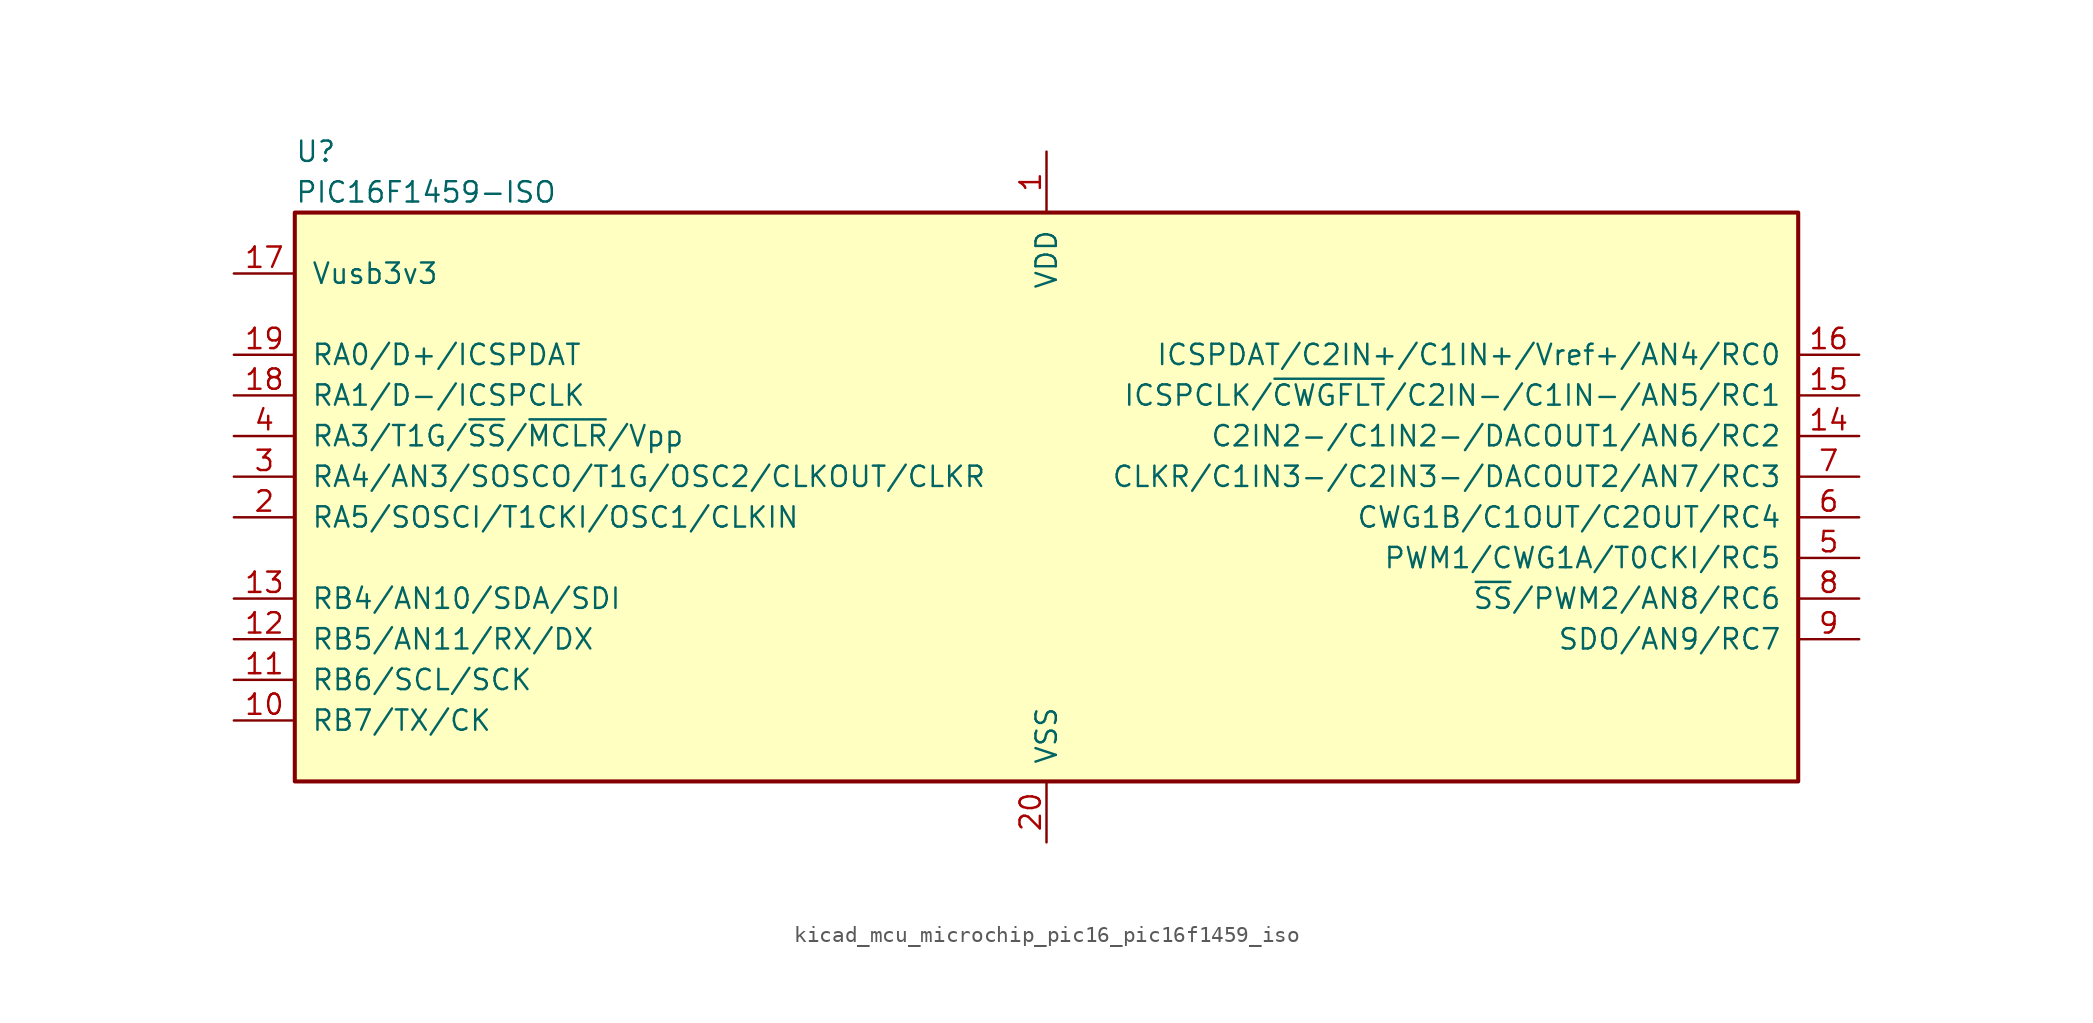
<source format=kicad_sym>
(kicad_symbol_lib
  (version 20220914)
  (generator kicad_symbol_editor)
  (symbol "kicad_mcu_microchip_pic16_pic16f1459_iso"
    (pin_names
      (offset 1.016))
    (property "Reference" "U"
      (at -46.99 17.78 0)
      (effects (font (size 1.27 1.27)) (justify left)))
    (property "Value" "PIC16F1459-ISO"
      (at -46.99 15.24 0)
      (effects (font (size 1.27 1.27)) (justify left)))
    (symbol "kicad_mcu_microchip_pic16_pic16f1459_iso_0_1"
      (rectangle (start -46.99 13.97) (end 46.99 -21.59) (stroke (width 0.254) (type default)) (fill (type background))))
    (symbol "kicad_mcu_microchip_pic16_pic16f1459_iso_1_1"
      (pin power_in line (at 0 17.78 270) (length 3.81) (name "VDD" (effects (font (size 1.27 1.27)))) (number "1" (effects (font (size 1.27 1.27)))))
      (pin bidirectional line (at -50.8 -17.78 0) (length 3.81) (name "RB7/TX/CK" (effects (font (size 1.27 1.27)))) (number "10" (effects (font (size 1.27 1.27)))))
      (pin bidirectional line (at -50.8 -15.24 0) (length 3.81) (name "RB6/SCL/SCK" (effects (font (size 1.27 1.27)))) (number "11" (effects (font (size 1.27 1.27)))))
      (pin bidirectional line (at -50.8 -12.7 0) (length 3.81) (name "RB5/AN11/RX/DX" (effects (font (size 1.27 1.27)))) (number "12" (effects (font (size 1.27 1.27)))))
      (pin bidirectional line (at -50.8 -10.16 0) (length 3.81) (name "RB4/AN10/SDA/SDI" (effects (font (size 1.27 1.27)))) (number "13" (effects (font (size 1.27 1.27)))))
      (pin bidirectional line (at 50.8 0 180) (length 3.81) (name "C2IN2-/C1IN2-/DACOUT1/AN6/RC2" (effects (font (size 1.27 1.27)))) (number "14" (effects (font (size 1.27 1.27)))))
      (pin bidirectional line (at 50.8 2.54 180) (length 3.81) (name "ICSPCLK/~{CWGFLT}/C2IN-/C1IN-/AN5/RC1" (effects (font (size 1.27 1.27)))) (number "15" (effects (font (size 1.27 1.27)))))
      (pin bidirectional line (at 50.8 5.08 180) (length 3.81) (name "ICSPDAT/C2IN+/C1IN+/Vref+/AN4/RC0" (effects (font (size 1.27 1.27)))) (number "16" (effects (font (size 1.27 1.27)))))
      (pin bidirectional line (at -50.8 10.16 0) (length 3.81) (name "Vusb3v3" (effects (font (size 1.27 1.27)))) (number "17" (effects (font (size 1.27 1.27)))))
      (pin bidirectional line (at -50.8 2.54 0) (length 3.81) (name "RA1/D-/ICSPCLK" (effects (font (size 1.27 1.27)))) (number "18" (effects (font (size 1.27 1.27)))))
      (pin bidirectional line (at -50.8 5.08 0) (length 3.81) (name "RA0/D+/ICSPDAT" (effects (font (size 1.27 1.27)))) (number "19" (effects (font (size 1.27 1.27)))))
      (pin bidirectional line (at -50.8 -5.08 0) (length 3.81) (name "RA5/SOSCI/T1CKI/OSC1/CLKIN" (effects (font (size 1.27 1.27)))) (number "2" (effects (font (size 1.27 1.27)))))
      (pin power_in line (at 0 -25.4 90) (length 3.81) (name "VSS" (effects (font (size 1.27 1.27)))) (number "20" (effects (font (size 1.27 1.27)))))
      (pin bidirectional line (at -50.8 -2.54 0) (length 3.81) (name "RA4/AN3/SOSCO/T1G/OSC2/CLKOUT/CLKR" (effects (font (size 1.27 1.27)))) (number "3" (effects (font (size 1.27 1.27)))))
      (pin input line (at -50.8 0 0) (length 3.81) (name "RA3/T1G/~{SS}/~{MCLR}/Vpp" (effects (font (size 1.27 1.27)))) (number "4" (effects (font (size 1.27 1.27)))))
      (pin bidirectional line (at 50.8 -7.62 180) (length 3.81) (name "PWM1/CWG1A/T0CKI/RC5" (effects (font (size 1.27 1.27)))) (number "5" (effects (font (size 1.27 1.27)))))
      (pin bidirectional line (at 50.8 -5.08 180) (length 3.81) (name "CWG1B/C1OUT/C2OUT/RC4" (effects (font (size 1.27 1.27)))) (number "6" (effects (font (size 1.27 1.27)))))
      (pin bidirectional line (at 50.8 -2.54 180) (length 3.81) (name "CLKR/C1IN3-/C2IN3-/DACOUT2/AN7/RC3" (effects (font (size 1.27 1.27)))) (number "7" (effects (font (size 1.27 1.27)))))
      (pin bidirectional line (at 50.8 -10.16 180) (length 3.81) (name "~{SS}/PWM2/AN8/RC6" (effects (font (size 1.27 1.27)))) (number "8" (effects (font (size 1.27 1.27)))))
      (pin bidirectional line (at 50.8 -12.7 180) (length 3.81) (name "SDO/AN9/RC7" (effects (font (size 1.27 1.27)))) (number "9" (effects (font (size 1.27 1.27))))))))
</source>
